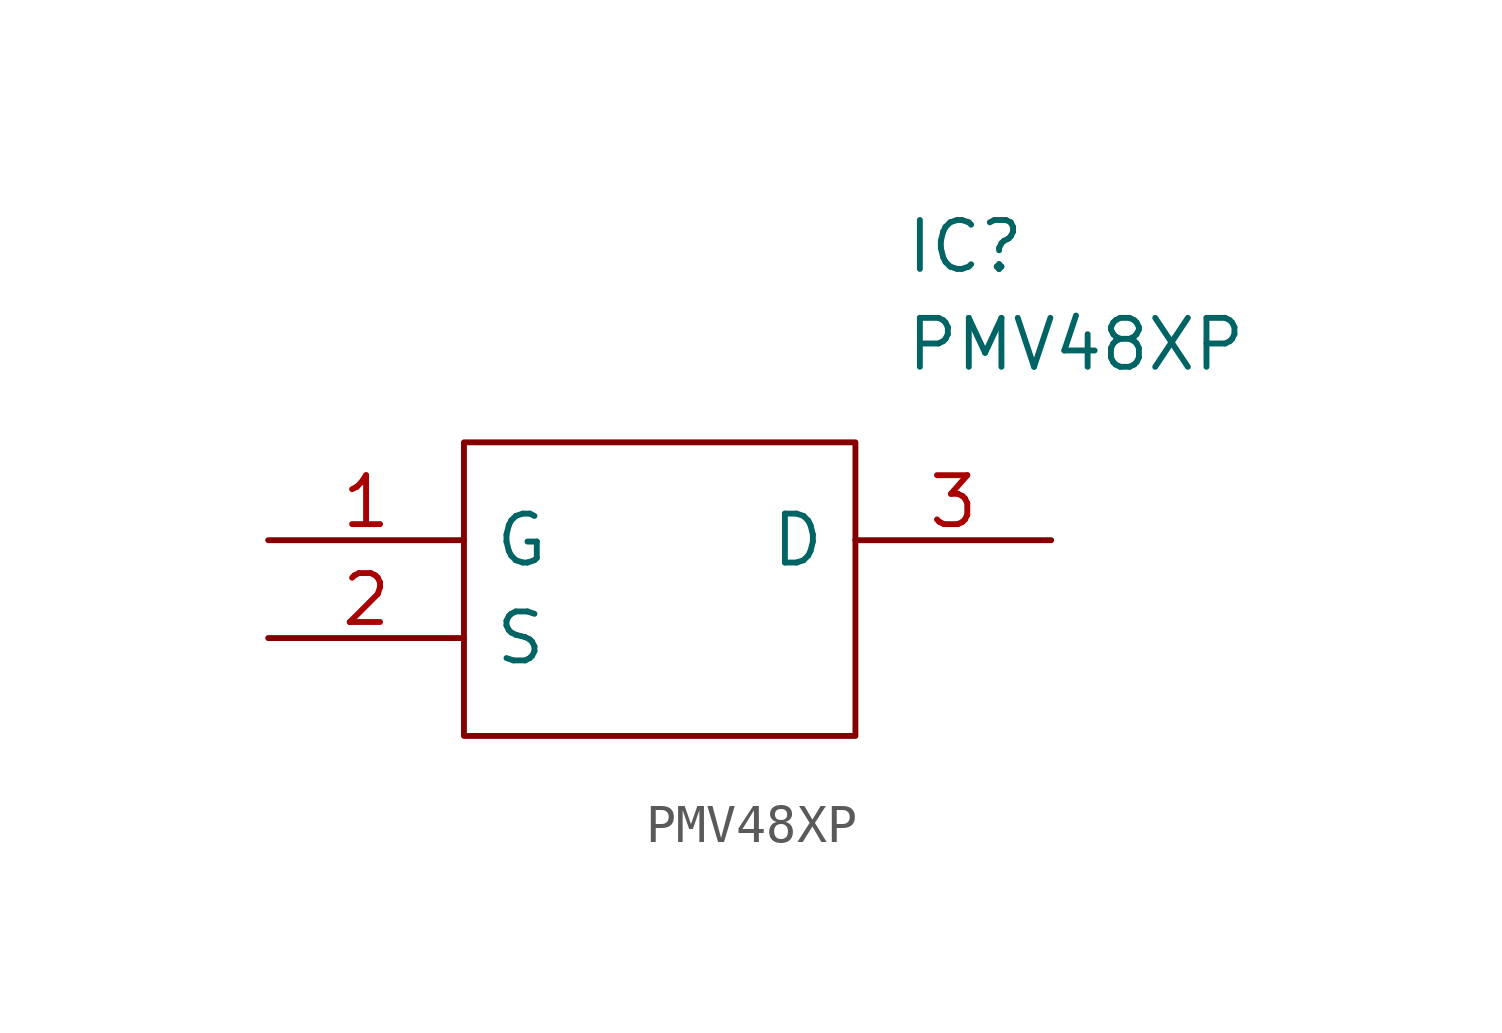
<source format=kicad_sym>
(kicad_symbol_lib
  (version 20211014)
  (generator kicad_symbol_editor)
  (symbol "PMV48XP"
    (pin_names
      (offset 0.762))
    (property "Reference" "IC"
      (at 16.51 7.62 0)
      (effects (font (size 1.27 1.27)) (justify left)))
    (property "Value" "PMV48XP"
      (at 16.51 5.08 0)
      (effects (font (size 1.27 1.27)) (justify left)))
    (symbol "PMV48XP_0_0"
      (pin passive line (at 0 0 0) (length 5.08) (name "G" (effects (font (size 1.27 1.27)))) (number "1" (effects (font (size 1.27 1.27)))))
      (pin passive line (at 0 -2.54 0) (length 5.08) (name "S" (effects (font (size 1.27 1.27)))) (number "2" (effects (font (size 1.27 1.27)))))
      (pin passive line (at 20.32 0 180) (length 5.08) (name "D" (effects (font (size 1.27 1.27)))) (number "3" (effects (font (size 1.27 1.27))))))
    (symbol "PMV48XP_0_1"
      (polyline (pts (xy 5.08 2.54) (xy 15.24 2.54) (xy 15.24 -5.08) (xy 5.08 -5.08) (xy 5.08 2.54)) (stroke (width 0.152) (type default) (color 0 0 0 0)) (fill (type none))))))
</source>
